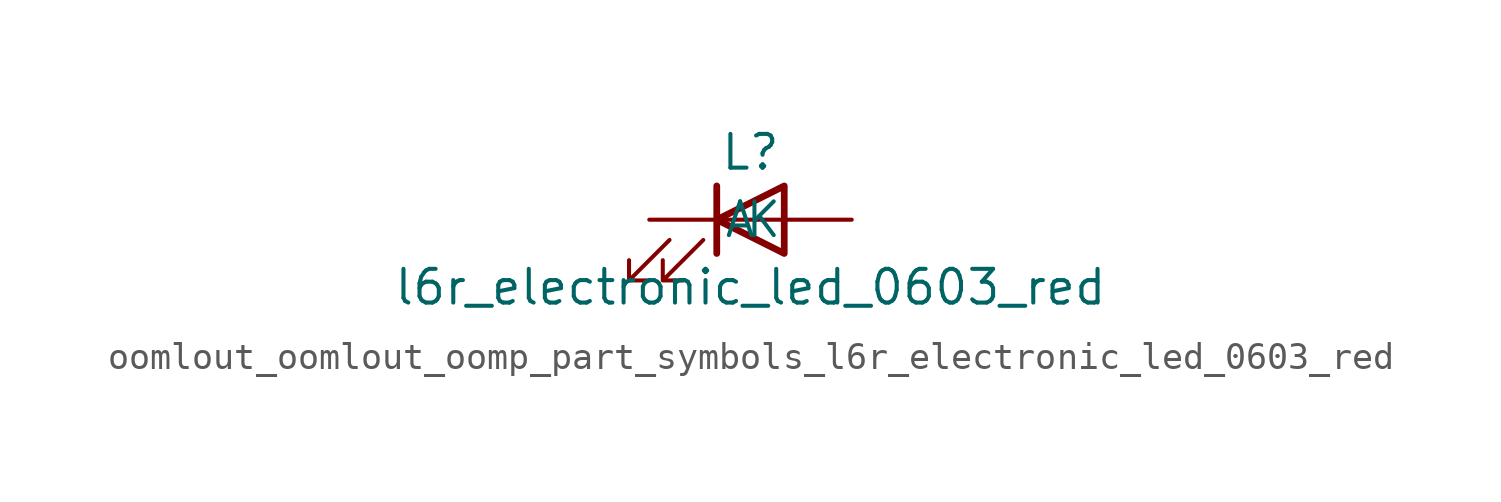
<source format=kicad_sym>
(kicad_symbol_lib
  (version 20220914)
  (generator kicad_symbol_editor)
  (symbol "oomlout_oomlout_oomp_part_symbols_l6r_electronic_led_0603_red"
    (pin_numbers hide)
    (pin_names
      (offset 1.016))
    (property "Reference" "L"
      (at 0 2.54 0)
      (effects (font (size 1.27 1.27))))
    (property "Value" "l6r_electronic_led_0603_red"
      (at 0 -2.54 0)
      (effects (font (size 1.27 1.27))))
    (symbol "oomlout_oomlout_oomp_part_symbols_l6r_electronic_led_0603_red_0_1"
      (polyline (pts (xy -1.27 -1.27) (xy -1.27 1.27)) (stroke (width 0.254) (type default)) (fill (type none)))
      (polyline (pts (xy -1.27 0) (xy 1.27 0)) (stroke (width 0) (type default)) (fill (type none)))
      (polyline (pts (xy 1.27 -1.27) (xy 1.27 1.27) (xy -1.27 0) (xy 1.27 -1.27)) (stroke (width 0.254) (type default)) (fill (type none)))
      (polyline (pts (xy -3.048 -0.762) (xy -4.572 -2.286) (xy -3.81 -2.286) (xy -4.572 -2.286) (xy -4.572 -1.524)) (stroke (width 0) (type default)) (fill (type none)))
      (polyline (pts (xy -1.778 -0.762) (xy -3.302 -2.286) (xy -2.54 -2.286) (xy -3.302 -2.286) (xy -3.302 -1.524)) (stroke (width 0) (type default)) (fill (type none))))
    (symbol "oomlout_oomlout_oomp_part_symbols_l6r_electronic_led_0603_red_1_1"
      (pin passive line (at -3.81 0 0) (length 2.54) (name "K" (effects (font (size 1.27 1.27)))) (number "1" (effects (font (size 1.27 1.27)))))
      (pin passive line (at 3.81 0 180) (length 2.54) (name "A" (effects (font (size 1.27 1.27)))) (number "2" (effects (font (size 1.27 1.27))))))))
</source>
